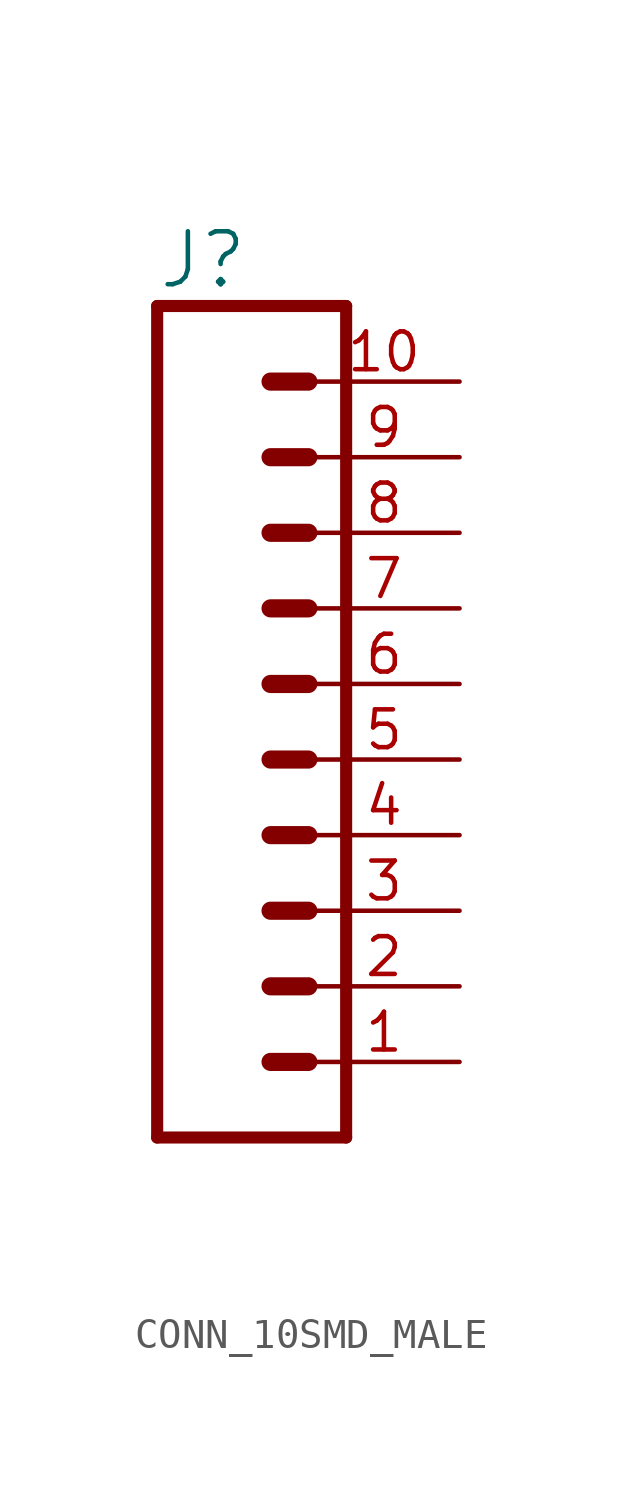
<source format=kicad_sym>
(kicad_symbol_lib
  (version 20231120)
  (generator "kicad_symbol_editor")
  (generator_version "8.0")
  (symbol "CONN_10SMD_MALE"
    (property "Reference" "J"
      (at 0 8.128 0)
      (effects (font (size 1.778 1.778)) (justify left bottom)))
    (property "Value" ""
      (at 0 -22.606 0)
      (effects (font (size 1.778 1.778)) (justify left bottom)))
    (property "ki_locked" ""
      (at 0 0 0)
      (effects (font (size 1.27 1.27))))
    (symbol "CONN_10SMD_MALE_1_0"
      (polyline (pts (xy 0 7.62) (xy 0 -20.32)) (stroke (width 0.406) (type solid)) (fill (type none)))
      (polyline (pts (xy 0 7.62) (xy 6.35 7.62)) (stroke (width 0.406) (type solid)) (fill (type none)))
      (polyline (pts (xy 3.81 -17.78) (xy 5.08 -17.78)) (stroke (width 0.61) (type solid)) (fill (type none)))
      (polyline (pts (xy 3.81 -15.24) (xy 5.08 -15.24)) (stroke (width 0.61) (type solid)) (fill (type none)))
      (polyline (pts (xy 3.81 -12.7) (xy 5.08 -12.7)) (stroke (width 0.61) (type solid)) (fill (type none)))
      (polyline (pts (xy 3.81 -10.16) (xy 5.08 -10.16)) (stroke (width 0.61) (type solid)) (fill (type none)))
      (polyline (pts (xy 3.81 -7.62) (xy 5.08 -7.62)) (stroke (width 0.61) (type solid)) (fill (type none)))
      (polyline (pts (xy 3.81 -5.08) (xy 5.08 -5.08)) (stroke (width 0.61) (type solid)) (fill (type none)))
      (polyline (pts (xy 3.81 -2.54) (xy 5.08 -2.54)) (stroke (width 0.61) (type solid)) (fill (type none)))
      (polyline (pts (xy 3.81 0) (xy 5.08 0)) (stroke (width 0.61) (type solid)) (fill (type none)))
      (polyline (pts (xy 3.81 2.54) (xy 5.08 2.54)) (stroke (width 0.61) (type solid)) (fill (type none)))
      (polyline (pts (xy 3.81 5.08) (xy 5.08 5.08)) (stroke (width 0.61) (type solid)) (fill (type none)))
      (polyline (pts (xy 6.35 -20.32) (xy 0 -20.32)) (stroke (width 0.406) (type solid)) (fill (type none)))
      (polyline (pts (xy 6.35 -20.32) (xy 6.35 7.62)) (stroke (width 0.406) (type solid)) (fill (type none)))
      (pin passive line (at 10.16 -17.78 180) (length 5.08) (name "1" (effects (font (size 0 0)))) (number "1" (effects (font (size 1.27 1.27)))))
      (pin passive line (at 10.16 5.08 180) (length 5.08) (name "10" (effects (font (size 0 0)))) (number "10" (effects (font (size 1.27 1.27)))))
      (pin passive line (at 10.16 -15.24 180) (length 5.08) (name "2" (effects (font (size 0 0)))) (number "2" (effects (font (size 1.27 1.27)))))
      (pin passive line (at 10.16 -12.7 180) (length 5.08) (name "3" (effects (font (size 0 0)))) (number "3" (effects (font (size 1.27 1.27)))))
      (pin passive line (at 10.16 -10.16 180) (length 5.08) (name "4" (effects (font (size 0 0)))) (number "4" (effects (font (size 1.27 1.27)))))
      (pin passive line (at 10.16 -7.62 180) (length 5.08) (name "5" (effects (font (size 0 0)))) (number "5" (effects (font (size 1.27 1.27)))))
      (pin passive line (at 10.16 -5.08 180) (length 5.08) (name "6" (effects (font (size 0 0)))) (number "6" (effects (font (size 1.27 1.27)))))
      (pin passive line (at 10.16 -2.54 180) (length 5.08) (name "7" (effects (font (size 0 0)))) (number "7" (effects (font (size 1.27 1.27)))))
      (pin passive line (at 10.16 0 180) (length 5.08) (name "8" (effects (font (size 0 0)))) (number "8" (effects (font (size 1.27 1.27)))))
      (pin passive line (at 10.16 2.54 180) (length 5.08) (name "9" (effects (font (size 0 0)))) (number "9" (effects (font (size 1.27 1.27))))))))
</source>
